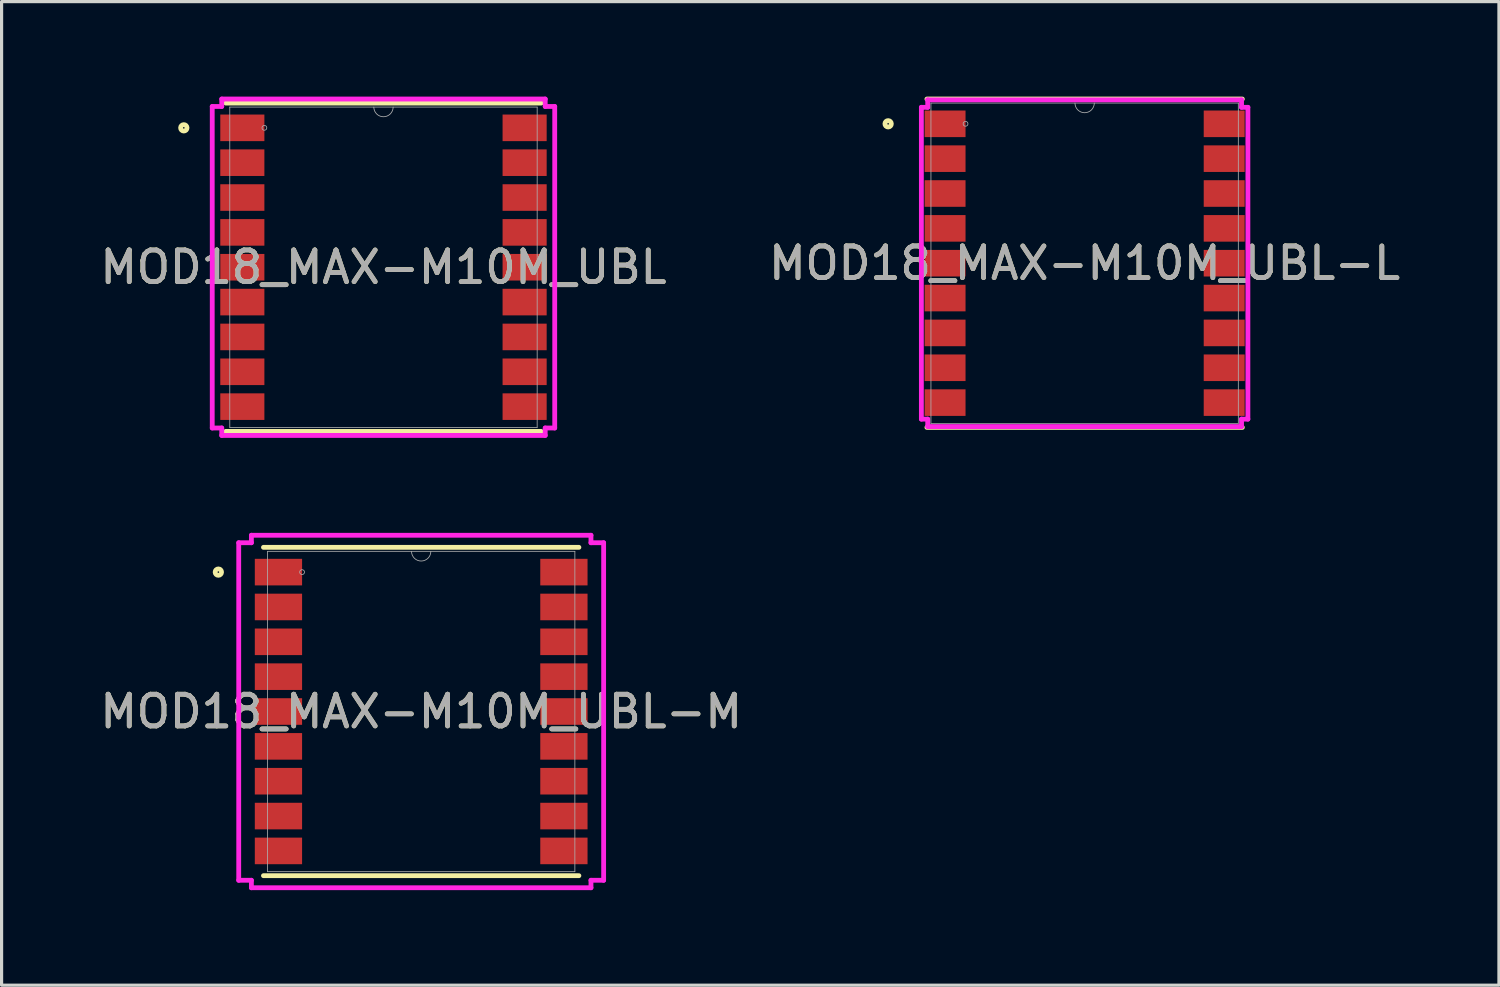
<source format=kicad_pcb>
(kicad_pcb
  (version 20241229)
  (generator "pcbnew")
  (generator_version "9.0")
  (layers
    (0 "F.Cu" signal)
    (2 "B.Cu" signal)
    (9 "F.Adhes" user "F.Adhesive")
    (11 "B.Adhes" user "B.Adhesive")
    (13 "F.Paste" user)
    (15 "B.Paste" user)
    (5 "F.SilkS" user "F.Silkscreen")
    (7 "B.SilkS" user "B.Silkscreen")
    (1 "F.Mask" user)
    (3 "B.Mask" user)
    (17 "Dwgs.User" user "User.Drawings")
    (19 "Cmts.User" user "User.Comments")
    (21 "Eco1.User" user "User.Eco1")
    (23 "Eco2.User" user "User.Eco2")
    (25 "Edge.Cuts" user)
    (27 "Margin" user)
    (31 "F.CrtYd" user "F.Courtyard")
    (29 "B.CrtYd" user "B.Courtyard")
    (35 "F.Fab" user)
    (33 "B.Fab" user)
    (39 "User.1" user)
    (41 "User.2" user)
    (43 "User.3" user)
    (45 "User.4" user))
  (footprint "MOD18_MAX-M10M_UBL-M"
    (layer "F.Cu")
    (at 10.244 19.408)
    (property "Reference" "MOD18_MAX-M10M_UBL-M" (at 0 0 0) (unlocked yes) (layer "F.SilkS") (effects (font (size 1 1) (thickness 0.15))))
    (attr smd)
    (fp_line (start -4.978 5.182) (end 4.978 5.182) (stroke (width 0.152) (type solid)) (layer "F.SilkS"))
    (fp_line (start 4.978 -5.182) (end -4.978 -5.182) (stroke (width 0.152) (type solid)) (layer "F.SilkS"))
    (fp_circle (center -6.402 -4.4) (end -6.301 -4.4) (stroke (width 0.152) (type solid)) (fill no) (layer "F.SilkS"))
    (fp_line (start -5.759 -5.327) (end -5.359 -5.327) (stroke (width 0.152) (type solid)) (layer "F.CrtYd"))
    (fp_line (start -5.759 5.327) (end -5.759 -5.327) (stroke (width 0.152) (type solid)) (layer "F.CrtYd"))
    (fp_line (start -5.759 5.327) (end -5.359 5.327) (stroke (width 0.152) (type solid)) (layer "F.CrtYd"))
    (fp_line (start -5.359 -5.563) (end 5.359 -5.563) (stroke (width 0.152) (type solid)) (layer "F.CrtYd"))
    (fp_line (start -5.359 -5.327) (end -5.359 -5.563) (stroke (width 0.152) (type solid)) (layer "F.CrtYd"))
    (fp_line (start -5.359 5.563) (end -5.359 5.327) (stroke (width 0.152) (type solid)) (layer "F.CrtYd"))
    (fp_line (start 5.359 -5.563) (end 5.359 -5.327) (stroke (width 0.152) (type solid)) (layer "F.CrtYd"))
    (fp_line (start 5.359 5.327) (end 5.359 5.563) (stroke (width 0.152) (type solid)) (layer "F.CrtYd"))
    (fp_line (start 5.359 5.563) (end -5.359 5.563) (stroke (width 0.152) (type solid)) (layer "F.CrtYd"))
    (fp_line (start 5.759 -5.327) (end 5.359 -5.327) (stroke (width 0.152) (type solid)) (layer "F.CrtYd"))
    (fp_line (start 5.759 -5.327) (end 5.759 5.327) (stroke (width 0.152) (type solid)) (layer "F.CrtYd"))
    (fp_line (start 5.759 5.327) (end 5.359 5.327) (stroke (width 0.152) (type solid)) (layer "F.CrtYd"))
    (fp_line (start -4.851 -5.055) (end -4.851 5.055) (stroke (width 0.025) (type solid)) (layer "F.Fab"))
    (fp_line (start -4.851 5.055) (end 4.851 5.055) (stroke (width 0.025) (type solid)) (layer "F.Fab"))
    (fp_line (start 4.851 -5.055) (end -4.851 -5.055) (stroke (width 0.025) (type solid)) (layer "F.Fab"))
    (fp_line (start 4.851 5.055) (end 4.851 -5.055) (stroke (width 0.025) (type solid)) (layer "F.Fab"))
    (fp_arc (start 0.3048 -5.0546) (mid 0 -4.7498) (end -0.3048 -5.0546) (stroke (width 0.0254) (type solid)) (layer "F.Fab"))
    (fp_circle (center -3.759 -4.4) (end -3.683 -4.4) (stroke (width 0.025) (type solid)) (fill no) (layer "F.Fab"))
    (fp_text user "${REFERENCE}" (at 0 0 0) (unlocked yes) (layer "F.Fab") (effects (font (size 1 1) (thickness 0.15))))
    (pad "1" smd rect (at -4.505 -4.4) (size 1.492 0.839) (layers "F.Cu" "F.Mask" "F.Paste"))
    (pad "2" smd rect (at -4.505 -3.3) (size 1.492 0.839) (layers "F.Cu" "F.Mask" "F.Paste"))
    (pad "3" smd rect (at -4.505 -2.2) (size 1.492 0.839) (layers "F.Cu" "F.Mask" "F.Paste"))
    (pad "4" smd rect (at -4.505 -1.1) (size 1.492 0.839) (layers "F.Cu" "F.Mask" "F.Paste"))
    (pad "5" smd rect (at -4.505 0) (size 1.492 0.839) (layers "F.Cu" "F.Mask" "F.Paste"))
    (pad "6" smd rect (at -4.505 1.1) (size 1.492 0.839) (layers "F.Cu" "F.Mask" "F.Paste"))
    (pad "7" smd rect (at -4.505 2.2) (size 1.492 0.839) (layers "F.Cu" "F.Mask" "F.Paste"))
    (pad "8" smd rect (at -4.505 3.3) (size 1.492 0.839) (layers "F.Cu" "F.Mask" "F.Paste"))
    (pad "9" smd rect (at -4.505 4.4) (size 1.492 0.839) (layers "F.Cu" "F.Mask" "F.Paste"))
    (pad "10" smd rect (at 4.505 4.4) (size 1.492 0.839) (layers "F.Cu" "F.Mask" "F.Paste"))
    (pad "11" smd rect (at 4.505 3.3) (size 1.492 0.839) (layers "F.Cu" "F.Mask" "F.Paste"))
    (pad "12" smd rect (at 4.505 2.2) (size 1.492 0.839) (layers "F.Cu" "F.Mask" "F.Paste"))
    (pad "13" smd rect (at 4.505 1.1) (size 1.492 0.839) (layers "F.Cu" "F.Mask" "F.Paste"))
    (pad "14" smd rect (at 4.505 0) (size 1.492 0.839) (layers "F.Cu" "F.Mask" "F.Paste"))
    (pad "15" smd rect (at 4.505 -1.1) (size 1.492 0.839) (layers "F.Cu" "F.Mask" "F.Paste"))
    (pad "16" smd rect (at 4.505 -2.2) (size 1.492 0.839) (layers "F.Cu" "F.Mask" "F.Paste"))
    (pad "17" smd rect (at 4.505 -3.3) (size 1.492 0.839) (layers "F.Cu" "F.Mask" "F.Paste"))
    (pad "18" smd rect (at 4.505 -4.4) (size 1.492 0.839) (layers "F.Cu" "F.Mask" "F.Paste")))
  (footprint "MOD18_MAX-M10M_UBL"
    (layer "F.Cu")
    (at 9.054 5.385)
    (property "Reference" "MOD18_MAX-M10M_UBL" (at 0 0 0) (unlocked yes) (layer "F.SilkS") (effects (font (size 1 1) (thickness 0.15))))
    (attr smd)
    (fp_line (start -4.978 5.182) (end 4.978 5.182) (stroke (width 0.152) (type solid)) (layer "F.SilkS"))
    (fp_line (start 4.978 -5.182) (end -4.978 -5.182) (stroke (width 0.152) (type solid)) (layer "F.SilkS"))
    (fp_circle (center -6.302 -4.4) (end -6.201 -4.4) (stroke (width 0.152) (type solid)) (fill no) (layer "F.SilkS"))
    (fp_line (start -5.405 -5.074) (end -5.105 -5.074) (stroke (width 0.152) (type solid)) (layer "F.CrtYd"))
    (fp_line (start -5.405 5.074) (end -5.405 -5.074) (stroke (width 0.152) (type solid)) (layer "F.CrtYd"))
    (fp_line (start -5.405 5.074) (end -5.105 5.074) (stroke (width 0.152) (type solid)) (layer "F.CrtYd"))
    (fp_line (start -5.105 -5.309) (end 5.105 -5.309) (stroke (width 0.152) (type solid)) (layer "F.CrtYd"))
    (fp_line (start -5.105 -5.074) (end -5.105 -5.309) (stroke (width 0.152) (type solid)) (layer "F.CrtYd"))
    (fp_line (start -5.105 5.309) (end -5.105 5.074) (stroke (width 0.152) (type solid)) (layer "F.CrtYd"))
    (fp_line (start 5.105 -5.309) (end 5.105 -5.074) (stroke (width 0.152) (type solid)) (layer "F.CrtYd"))
    (fp_line (start 5.105 5.074) (end 5.105 5.309) (stroke (width 0.152) (type solid)) (layer "F.CrtYd"))
    (fp_line (start 5.105 5.309) (end -5.105 5.309) (stroke (width 0.152) (type solid)) (layer "F.CrtYd"))
    (fp_line (start 5.405 -5.074) (end 5.105 -5.074) (stroke (width 0.152) (type solid)) (layer "F.CrtYd"))
    (fp_line (start 5.405 -5.074) (end 5.405 5.074) (stroke (width 0.152) (type solid)) (layer "F.CrtYd"))
    (fp_line (start 5.405 5.074) (end 5.105 5.074) (stroke (width 0.152) (type solid)) (layer "F.CrtYd"))
    (fp_line (start -4.851 -5.055) (end -4.851 5.055) (stroke (width 0.025) (type solid)) (layer "F.Fab"))
    (fp_line (start -4.851 5.055) (end 4.851 5.055) (stroke (width 0.025) (type solid)) (layer "F.Fab"))
    (fp_line (start 4.851 -5.055) (end -4.851 -5.055) (stroke (width 0.025) (type solid)) (layer "F.Fab"))
    (fp_line (start 4.851 5.055) (end 4.851 -5.055) (stroke (width 0.025) (type solid)) (layer "F.Fab"))
    (fp_arc (start 0.3048 -5.0546) (mid 0 -4.7498) (end -0.3048 -5.0546) (stroke (width 0.0254) (type solid)) (layer "F.Fab"))
    (fp_circle (center -3.759 -4.4) (end -3.683 -4.4) (stroke (width 0.025) (type solid)) (fill no) (layer "F.Fab"))
    (fp_text user "${REFERENCE}" (at 0 0 0) (unlocked yes) (layer "F.Fab") (effects (font (size 1 1) (thickness 0.15))))
    (pad "1" smd rect (at -4.455 -4.4) (size 1.392 0.839) (layers "F.Cu" "F.Mask" "F.Paste"))
    (pad "2" smd rect (at -4.455 -3.3) (size 1.392 0.839) (layers "F.Cu" "F.Mask" "F.Paste"))
    (pad "3" smd rect (at -4.455 -2.2) (size 1.392 0.839) (layers "F.Cu" "F.Mask" "F.Paste"))
    (pad "4" smd rect (at -4.455 -1.1) (size 1.392 0.839) (layers "F.Cu" "F.Mask" "F.Paste"))
    (pad "5" smd rect (at -4.455 0) (size 1.392 0.839) (layers "F.Cu" "F.Mask" "F.Paste"))
    (pad "6" smd rect (at -4.455 1.1) (size 1.392 0.839) (layers "F.Cu" "F.Mask" "F.Paste"))
    (pad "7" smd rect (at -4.455 2.2) (size 1.392 0.839) (layers "F.Cu" "F.Mask" "F.Paste"))
    (pad "8" smd rect (at -4.455 3.3) (size 1.392 0.839) (layers "F.Cu" "F.Mask" "F.Paste"))
    (pad "9" smd rect (at -4.455 4.4) (size 1.392 0.839) (layers "F.Cu" "F.Mask" "F.Paste"))
    (pad "10" smd rect (at 4.455 4.4) (size 1.392 0.839) (layers "F.Cu" "F.Mask" "F.Paste"))
    (pad "11" smd rect (at 4.455 3.3) (size 1.392 0.839) (layers "F.Cu" "F.Mask" "F.Paste"))
    (pad "12" smd rect (at 4.455 2.2) (size 1.392 0.839) (layers "F.Cu" "F.Mask" "F.Paste"))
    (pad "13" smd rect (at 4.455 1.1) (size 1.392 0.839) (layers "F.Cu" "F.Mask" "F.Paste"))
    (pad "14" smd rect (at 4.455 0) (size 1.392 0.839) (layers "F.Cu" "F.Mask" "F.Paste"))
    (pad "15" smd rect (at 4.455 -1.1) (size 1.392 0.839) (layers "F.Cu" "F.Mask" "F.Paste"))
    (pad "16" smd rect (at 4.455 -2.2) (size 1.392 0.839) (layers "F.Cu" "F.Mask" "F.Paste"))
    (pad "17" smd rect (at 4.455 -3.3) (size 1.392 0.839) (layers "F.Cu" "F.Mask" "F.Paste"))
    (pad "18" smd rect (at 4.455 -4.4) (size 1.392 0.839) (layers "F.Cu" "F.Mask" "F.Paste")))
  (footprint "MOD18_MAX-M10M_UBL-L"
    (layer "F.Cu")
    (at 31.185 5.258)
    (property "Reference" "MOD18_MAX-M10M_UBL-L" (at 0 0 0) (unlocked yes) (layer "F.SilkS") (effects (font (size 1 1) (thickness 0.15))))
    (attr smd)
    (fp_line (start -4.978 5.182) (end 4.978 5.182) (stroke (width 0.152) (type solid)) (layer "F.SilkS"))
    (fp_line (start 4.978 -5.182) (end -4.978 -5.182) (stroke (width 0.152) (type solid)) (layer "F.SilkS"))
    (fp_circle (center -6.202 -4.4) (end -6.101 -4.4) (stroke (width 0.152) (type solid)) (fill no) (layer "F.SilkS"))
    (fp_line (start -5.153 -4.921) (end -4.953 -4.921) (stroke (width 0.152) (type solid)) (layer "F.CrtYd"))
    (fp_line (start -5.153 4.921) (end -5.153 -4.921) (stroke (width 0.152) (type solid)) (layer "F.CrtYd"))
    (fp_line (start -5.153 4.921) (end -4.953 4.921) (stroke (width 0.152) (type solid)) (layer "F.CrtYd"))
    (fp_line (start -4.953 -5.156) (end 4.953 -5.156) (stroke (width 0.152) (type solid)) (layer "F.CrtYd"))
    (fp_line (start -4.953 -4.921) (end -4.953 -5.156) (stroke (width 0.152) (type solid)) (layer "F.CrtYd"))
    (fp_line (start -4.953 5.156) (end -4.953 4.921) (stroke (width 0.152) (type solid)) (layer "F.CrtYd"))
    (fp_line (start 4.953 -5.156) (end 4.953 -4.921) (stroke (width 0.152) (type solid)) (layer "F.CrtYd"))
    (fp_line (start 4.953 4.921) (end 4.953 5.156) (stroke (width 0.152) (type solid)) (layer "F.CrtYd"))
    (fp_line (start 4.953 5.156) (end -4.953 5.156) (stroke (width 0.152) (type solid)) (layer "F.CrtYd"))
    (fp_line (start 5.153 -4.921) (end 4.953 -4.921) (stroke (width 0.152) (type solid)) (layer "F.CrtYd"))
    (fp_line (start 5.153 -4.921) (end 5.153 4.921) (stroke (width 0.152) (type solid)) (layer "F.CrtYd"))
    (fp_line (start 5.153 4.921) (end 4.953 4.921) (stroke (width 0.152) (type solid)) (layer "F.CrtYd"))
    (fp_line (start -4.851 -5.055) (end -4.851 5.055) (stroke (width 0.025) (type solid)) (layer "F.Fab"))
    (fp_line (start -4.851 5.055) (end 4.851 5.055) (stroke (width 0.025) (type solid)) (layer "F.Fab"))
    (fp_line (start 4.851 -5.055) (end -4.851 -5.055) (stroke (width 0.025) (type solid)) (layer "F.Fab"))
    (fp_line (start 4.851 5.055) (end 4.851 -5.055) (stroke (width 0.025) (type solid)) (layer "F.Fab"))
    (fp_arc (start 0.3048 -5.0546) (mid 0 -4.7498) (end -0.3048 -5.0546) (stroke (width 0.0254) (type solid)) (layer "F.Fab"))
    (fp_circle (center -3.759 -4.4) (end -3.683 -4.4) (stroke (width 0.025) (type solid)) (fill no) (layer "F.Fab"))
    (fp_text user "${REFERENCE}" (at 0 0 0) (unlocked yes) (layer "F.Fab") (effects (font (size 1 1) (thickness 0.15))))
    (pad "1" smd rect (at -4.405 -4.4) (size 1.292 0.839) (layers "F.Cu" "F.Mask" "F.Paste"))
    (pad "2" smd rect (at -4.405 -3.3) (size 1.292 0.839) (layers "F.Cu" "F.Mask" "F.Paste"))
    (pad "3" smd rect (at -4.405 -2.2) (size 1.292 0.839) (layers "F.Cu" "F.Mask" "F.Paste"))
    (pad "4" smd rect (at -4.405 -1.1) (size 1.292 0.839) (layers "F.Cu" "F.Mask" "F.Paste"))
    (pad "5" smd rect (at -4.405 0) (size 1.292 0.839) (layers "F.Cu" "F.Mask" "F.Paste"))
    (pad "6" smd rect (at -4.405 1.1) (size 1.292 0.839) (layers "F.Cu" "F.Mask" "F.Paste"))
    (pad "7" smd rect (at -4.405 2.2) (size 1.292 0.839) (layers "F.Cu" "F.Mask" "F.Paste"))
    (pad "8" smd rect (at -4.405 3.3) (size 1.292 0.839) (layers "F.Cu" "F.Mask" "F.Paste"))
    (pad "9" smd rect (at -4.405 4.4) (size 1.292 0.839) (layers "F.Cu" "F.Mask" "F.Paste"))
    (pad "10" smd rect (at 4.405 4.4) (size 1.292 0.839) (layers "F.Cu" "F.Mask" "F.Paste"))
    (pad "11" smd rect (at 4.405 3.3) (size 1.292 0.839) (layers "F.Cu" "F.Mask" "F.Paste"))
    (pad "12" smd rect (at 4.405 2.2) (size 1.292 0.839) (layers "F.Cu" "F.Mask" "F.Paste"))
    (pad "13" smd rect (at 4.405 1.1) (size 1.292 0.839) (layers "F.Cu" "F.Mask" "F.Paste"))
    (pad "14" smd rect (at 4.405 0) (size 1.292 0.839) (layers "F.Cu" "F.Mask" "F.Paste"))
    (pad "15" smd rect (at 4.405 -1.1) (size 1.292 0.839) (layers "F.Cu" "F.Mask" "F.Paste"))
    (pad "16" smd rect (at 4.405 -2.2) (size 1.292 0.839) (layers "F.Cu" "F.Mask" "F.Paste"))
    (pad "17" smd rect (at 4.405 -3.3) (size 1.292 0.839) (layers "F.Cu" "F.Mask" "F.Paste"))
    (pad "18" smd rect (at 4.405 -4.4) (size 1.292 0.839) (layers "F.Cu" "F.Mask" "F.Paste")))
  (gr_rect
    (start -3 -3)
    (end 44.262 28.047)
    (stroke (width 0.1) (type default))
    (fill no)
    (layer "Edge.Cuts")))
</source>
